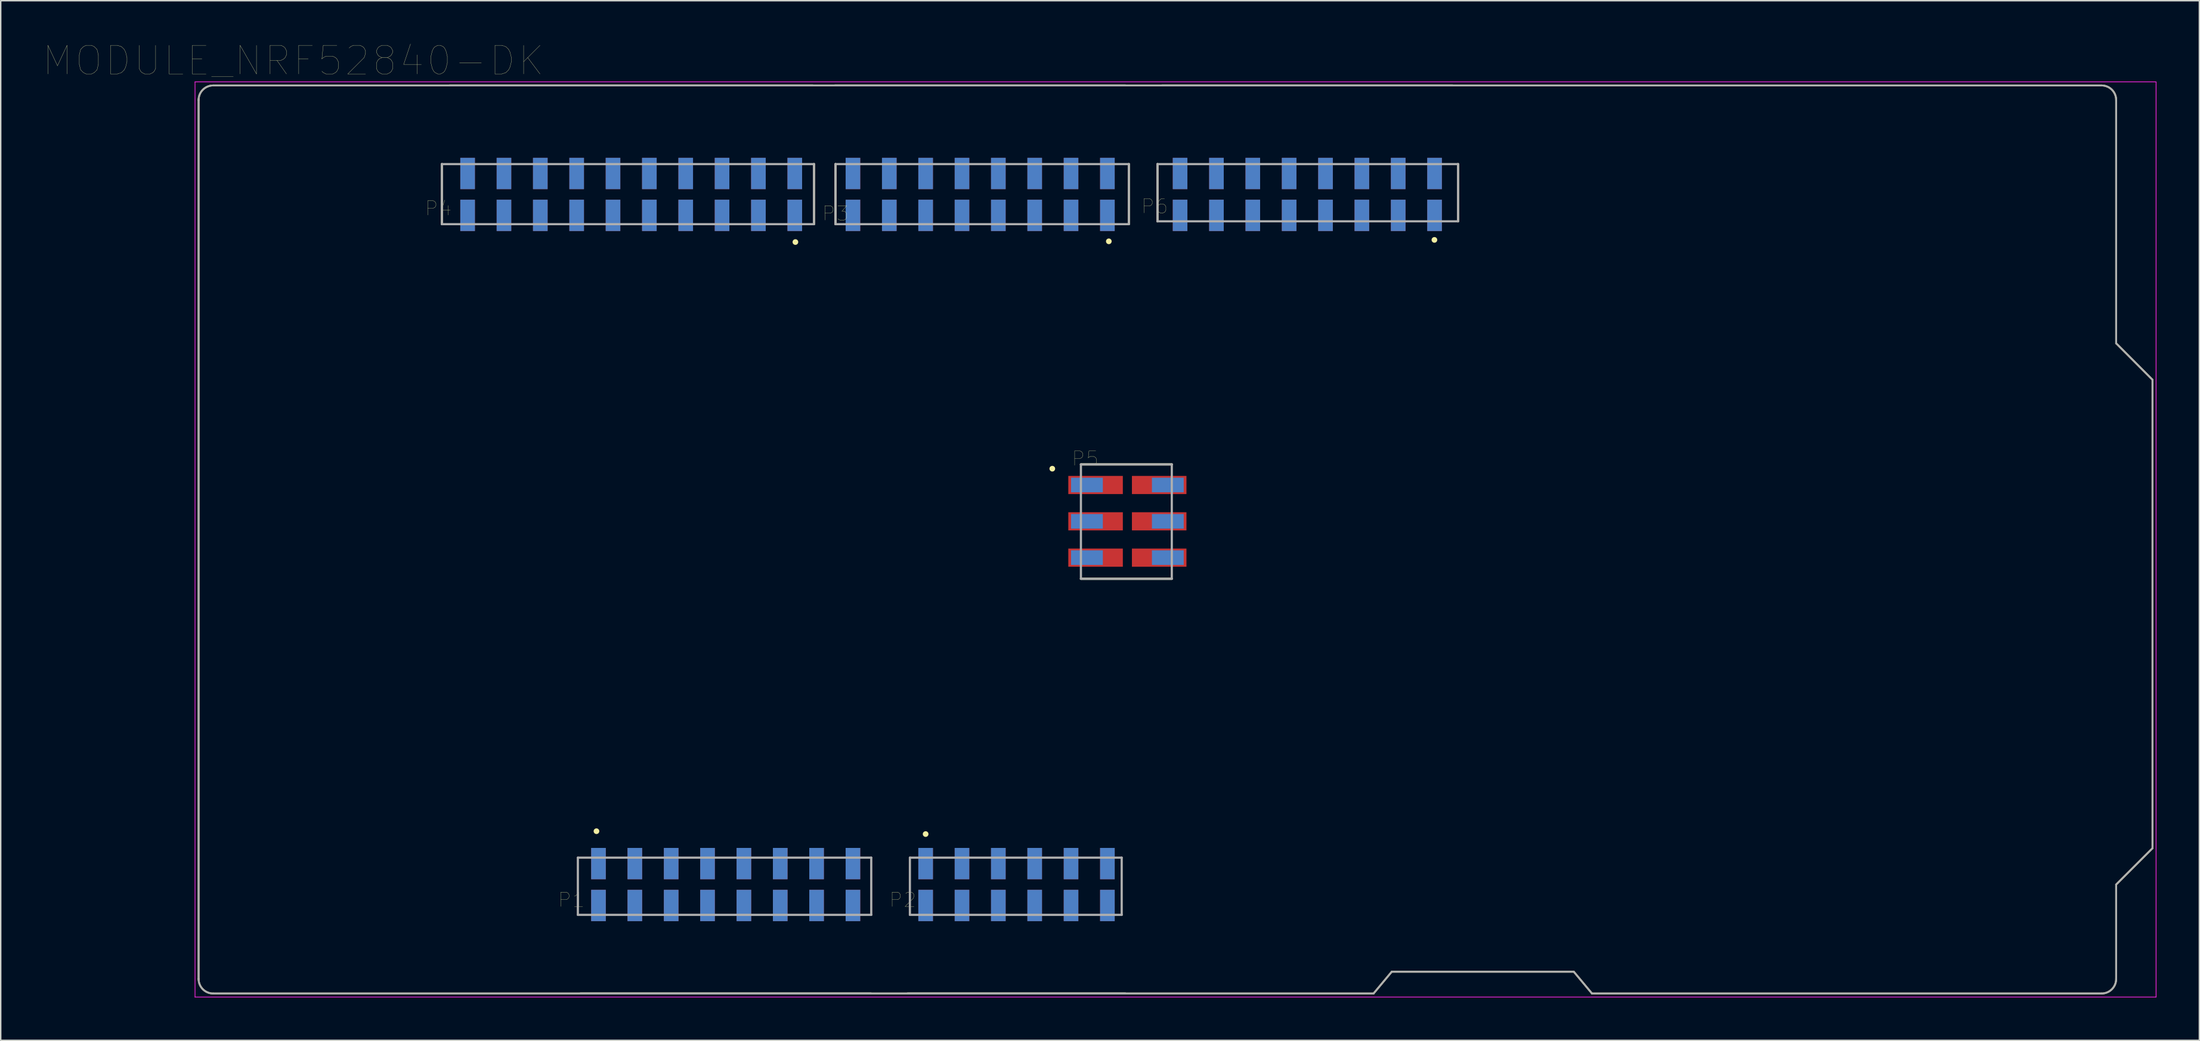
<source format=kicad_pcb>
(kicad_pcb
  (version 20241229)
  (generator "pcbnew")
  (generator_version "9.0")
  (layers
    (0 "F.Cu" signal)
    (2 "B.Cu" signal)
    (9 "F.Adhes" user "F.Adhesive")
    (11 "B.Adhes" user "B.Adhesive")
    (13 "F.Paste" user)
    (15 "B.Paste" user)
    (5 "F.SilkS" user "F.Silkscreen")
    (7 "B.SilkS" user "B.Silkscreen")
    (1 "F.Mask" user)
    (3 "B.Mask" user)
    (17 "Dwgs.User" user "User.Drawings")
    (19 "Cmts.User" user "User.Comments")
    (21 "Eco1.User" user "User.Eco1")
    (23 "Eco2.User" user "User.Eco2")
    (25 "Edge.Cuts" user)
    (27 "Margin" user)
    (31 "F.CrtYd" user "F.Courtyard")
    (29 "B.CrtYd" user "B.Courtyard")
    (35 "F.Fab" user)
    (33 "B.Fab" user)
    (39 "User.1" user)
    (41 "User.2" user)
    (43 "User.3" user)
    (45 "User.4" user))
  (footprint "MODULE_NRF52840-DK"
    (layer "F.Cu")
    (at 10.827 66.426)
    (property "Reference" "MODULE_NRF52840-DK" (at 6.615 -65.23 0) (layer "F.SilkS") (effects (font (size 2 2) (thickness 0.015))))
    (attr through_hole)
    (fp_line (start 0 -1.016) (end 0 -62.484) (stroke (width 0.127) (type solid)) (layer "F.SilkS"))
    (fp_line (start 1.016 -63.5) (end 132.969 -63.5) (stroke (width 0.127) (type solid)) (layer "F.SilkS"))
    (fp_line (start 1.016 0) (end 82.099 0) (stroke (width 0.127) (type solid)) (layer "F.SilkS"))
    (fp_line (start 17 -58) (end 17 -53.8) (stroke (width 0.152) (type solid)) (layer "F.SilkS"))
    (fp_line (start 17.526 -63.5) (end 42.926 -63.5) (stroke (width 0.127) (type solid)) (layer "F.SilkS"))
    (fp_line (start 26.67 0) (end 46.99 0) (stroke (width 0.127) (type solid)) (layer "F.SilkS"))
    (fp_line (start 43 -58) (end 43 -53.8) (stroke (width 0.152) (type solid)) (layer "F.SilkS"))
    (fp_line (start 44.5 -53.8) (end 44.5 -58) (stroke (width 0.152) (type solid)) (layer "F.SilkS"))
    (fp_line (start 49.53 0) (end 64.77 0) (stroke (width 0.127) (type solid)) (layer "F.SilkS"))
    (fp_line (start 61.65 -37) (end 68 -37) (stroke (width 0.152) (type solid)) (layer "F.SilkS"))
    (fp_line (start 61.65 -29) (end 68 -29) (stroke (width 0.152) (type solid)) (layer "F.SilkS"))
    (fp_line (start 64.77 -63.5) (end 44.45 -63.5) (stroke (width 0.127) (type solid)) (layer "F.SilkS"))
    (fp_line (start 65 -58) (end 65 -53.8) (stroke (width 0.152) (type solid)) (layer "F.SilkS"))
    (fp_line (start 67 -58) (end 67 -54) (stroke (width 0.152) (type solid)) (layer "F.SilkS"))
    (fp_line (start 67.31 -63.5) (end 87.63 -63.5) (stroke (width 0.127) (type solid)) (layer "F.SilkS"))
    (fp_line (start 82.099 0) (end 83.369 -1.524) (stroke (width 0.127) (type solid)) (layer "F.SilkS"))
    (fp_line (start 83.369 -1.524) (end 96.09 -1.524) (stroke (width 0.127) (type solid)) (layer "F.SilkS"))
    (fp_line (start 88 -58) (end 88 -54) (stroke (width 0.152) (type solid)) (layer "F.SilkS"))
    (fp_line (start 96.09 -1.524) (end 97.36 0) (stroke (width 0.127) (type solid)) (layer "F.SilkS"))
    (fp_line (start 97.36 0) (end 132.969 0) (stroke (width 0.127) (type solid)) (layer "F.SilkS"))
    (fp_line (start 133.985 -45.47) (end 133.985 -62.484) (stroke (width 0.127) (type solid)) (layer "F.SilkS"))
    (fp_line (start 133.985 -45.47) (end 136.525 -42.92) (stroke (width 0.127) (type solid)) (layer "F.SilkS"))
    (fp_line (start 133.985 -7.62) (end 136.525 -10.16) (stroke (width 0.127) (type solid)) (layer "F.SilkS"))
    (fp_line (start 133.985 -1.016) (end 133.985 -7.62) (stroke (width 0.127) (type solid)) (layer "F.SilkS"))
    (fp_line (start 136.525 -42.92) (end 136.525 -10.16) (stroke (width 0.127) (type solid)) (layer "F.SilkS"))
    (fp_arc (start 0 -62.484) (mid 0.29758 -63.20242) (end 1.016 -63.5) (stroke (width 0.127) (type solid)) (layer "F.SilkS"))
    (fp_arc (start 1.016 0) (mid 0.29758 -0.29758) (end 0 -1.016) (stroke (width 0.127) (type solid)) (layer "F.SilkS"))
    (fp_arc (start 132.969 -63.5) (mid 133.68742 -63.20242) (end 133.985 -62.484) (stroke (width 0.127) (type solid)) (layer "F.SilkS"))
    (fp_arc (start 133.985 -1.016) (mid 133.68742 -0.29758) (end 132.969 0) (stroke (width 0.127) (type solid)) (layer "F.SilkS"))
    (fp_circle (center 27.8 -11.35) (end 27.9 -11.35) (stroke (width 0.2) (type solid)) (fill no) (layer "F.SilkS"))
    (fp_circle (center 41.7 -52.55) (end 41.8 -52.55) (stroke (width 0.2) (type solid)) (fill no) (layer "F.SilkS"))
    (fp_circle (center 50.8 -11.15) (end 50.9 -11.15) (stroke (width 0.2) (type solid)) (fill no) (layer "F.SilkS"))
    (fp_circle (center 59.65 -36.7) (end 59.75 -36.7) (stroke (width 0.2) (type solid)) (fill no) (layer "F.SilkS"))
    (fp_circle (center 63.6 -52.6) (end 63.7 -52.6) (stroke (width 0.2) (type solid)) (fill no) (layer "F.SilkS"))
    (fp_circle (center 86.35 -52.7) (end 86.45 -52.7) (stroke (width 0.2) (type solid)) (fill no) (layer "F.SilkS"))
    (fp_line (start -0.25 -63.75) (end 136.775 -63.75) (stroke (width 0.05) (type solid)) (layer "F.CrtYd"))
    (fp_line (start -0.25 0.25) (end -0.25 -63.75) (stroke (width 0.05) (type solid)) (layer "F.CrtYd"))
    (fp_line (start 136.775 -63.75) (end 136.775 0.25) (stroke (width 0.05) (type solid)) (layer "F.CrtYd"))
    (fp_line (start 136.775 0.25) (end -0.25 0.25) (stroke (width 0.05) (type solid)) (layer "F.CrtYd"))
    (fp_line (start 0 -1.016) (end 0 -62.484) (stroke (width 0.127) (type solid)) (layer "F.Fab"))
    (fp_line (start 1.016 -63.5) (end 132.969 -63.5) (stroke (width 0.127) (type solid)) (layer "F.Fab"))
    (fp_line (start 1.016 0) (end 82.099 0) (stroke (width 0.127) (type solid)) (layer "F.Fab"))
    (fp_line (start 17 -58) (end 17 -53.8) (stroke (width 0.152) (type solid)) (layer "F.Fab"))
    (fp_line (start 17 -53.8) (end 43 -53.8) (stroke (width 0.152) (type solid)) (layer "F.Fab"))
    (fp_line (start 17.526 -63.5) (end 42.926 -63.5) (stroke (width 0.127) (type solid)) (layer "F.Fab"))
    (fp_line (start 26.5 -9.5) (end 47 -9.5) (stroke (width 0.152) (type solid)) (layer "F.Fab"))
    (fp_line (start 26.5 -5.5) (end 26.5 -9.5) (stroke (width 0.152) (type solid)) (layer "F.Fab"))
    (fp_line (start 26.67 0) (end 46.99 0) (stroke (width 0.127) (type solid)) (layer "F.Fab"))
    (fp_line (start 43 -58) (end 17 -58) (stroke (width 0.152) (type solid)) (layer "F.Fab"))
    (fp_line (start 43 -53.8) (end 43 -58) (stroke (width 0.152) (type solid)) (layer "F.Fab"))
    (fp_line (start 44.5 -58) (end 65 -58) (stroke (width 0.152) (type solid)) (layer "F.Fab"))
    (fp_line (start 44.5 -53.8) (end 44.5 -58) (stroke (width 0.152) (type solid)) (layer "F.Fab"))
    (fp_line (start 47 -9.5) (end 47 -5.5) (stroke (width 0.152) (type solid)) (layer "F.Fab"))
    (fp_line (start 47 -5.5) (end 26.5 -5.5) (stroke (width 0.152) (type solid)) (layer "F.Fab"))
    (fp_line (start 49.53 0) (end 64.77 0) (stroke (width 0.127) (type solid)) (layer "F.Fab"))
    (fp_line (start 49.7 -9.5) (end 64.5 -9.5) (stroke (width 0.152) (type solid)) (layer "F.Fab"))
    (fp_line (start 49.7 -5.5) (end 49.7 -9.5) (stroke (width 0.152) (type solid)) (layer "F.Fab"))
    (fp_line (start 61.65 -37) (end 68 -37) (stroke (width 0.152) (type solid)) (layer "F.Fab"))
    (fp_line (start 61.65 -29) (end 61.65 -37) (stroke (width 0.152) (type solid)) (layer "F.Fab"))
    (fp_line (start 64.5 -9.5) (end 64.5 -5.5) (stroke (width 0.152) (type solid)) (layer "F.Fab"))
    (fp_line (start 64.5 -5.5) (end 49.7 -5.5) (stroke (width 0.152) (type solid)) (layer "F.Fab"))
    (fp_line (start 64.77 -63.5) (end 44.45 -63.5) (stroke (width 0.127) (type solid)) (layer "F.Fab"))
    (fp_line (start 65 -58) (end 65 -53.8) (stroke (width 0.152) (type solid)) (layer "F.Fab"))
    (fp_line (start 65 -53.8) (end 44.5 -53.8) (stroke (width 0.152) (type solid)) (layer "F.Fab"))
    (fp_line (start 67 -58) (end 88 -58) (stroke (width 0.152) (type solid)) (layer "F.Fab"))
    (fp_line (start 67 -54) (end 67 -58) (stroke (width 0.152) (type solid)) (layer "F.Fab"))
    (fp_line (start 67.31 -63.5) (end 87.63 -63.5) (stroke (width 0.127) (type solid)) (layer "F.Fab"))
    (fp_line (start 68 -37) (end 68 -29) (stroke (width 0.152) (type solid)) (layer "F.Fab"))
    (fp_line (start 68 -29) (end 61.65 -29) (stroke (width 0.152) (type solid)) (layer "F.Fab"))
    (fp_line (start 82.099 0) (end 83.369 -1.524) (stroke (width 0.127) (type solid)) (layer "F.Fab"))
    (fp_line (start 83.369 -1.524) (end 96.09 -1.524) (stroke (width 0.127) (type solid)) (layer "F.Fab"))
    (fp_line (start 88 -58) (end 88 -54) (stroke (width 0.152) (type solid)) (layer "F.Fab"))
    (fp_line (start 88 -54) (end 67 -54) (stroke (width 0.152) (type solid)) (layer "F.Fab"))
    (fp_line (start 96.09 -1.524) (end 97.36 0) (stroke (width 0.127) (type solid)) (layer "F.Fab"))
    (fp_line (start 97.36 0) (end 132.969 0) (stroke (width 0.127) (type solid)) (layer "F.Fab"))
    (fp_line (start 133.985 -45.47) (end 133.985 -62.484) (stroke (width 0.127) (type solid)) (layer "F.Fab"))
    (fp_line (start 133.985 -45.47) (end 136.525 -42.92) (stroke (width 0.127) (type solid)) (layer "F.Fab"))
    (fp_line (start 133.985 -7.62) (end 136.525 -10.16) (stroke (width 0.127) (type solid)) (layer "F.Fab"))
    (fp_line (start 133.985 -1.016) (end 133.985 -7.62) (stroke (width 0.127) (type solid)) (layer "F.Fab"))
    (fp_line (start 136.525 -42.92) (end 136.525 -10.16) (stroke (width 0.127) (type solid)) (layer "F.Fab"))
    (fp_arc (start 0 -62.484) (mid 0.29758 -63.20242) (end 1.016 -63.5) (stroke (width 0.127) (type solid)) (layer "F.Fab"))
    (fp_arc (start 1.016 0) (mid 0.29758 -0.29758) (end 0 -1.016) (stroke (width 0.127) (type solid)) (layer "F.Fab"))
    (fp_arc (start 132.969 -63.5) (mid 133.68742 -63.20242) (end 133.985 -62.484) (stroke (width 0.127) (type solid)) (layer "F.Fab"))
    (fp_arc (start 133.985 -1.016) (mid 133.68742 -0.29758) (end 132.969 0) (stroke (width 0.127) (type solid)) (layer "F.Fab"))
    (fp_text user "P1" (at 26.05 -6.55 0) (layer "F.SilkS") (effects (font (size 1 1) (thickness 0.015))))
    (fp_text user "P4" (at 16.75 -54.9 0) (layer "F.SilkS") (effects (font (size 1 1) (thickness 0.015))))
    (fp_text user "P3" (at 44.5 -54.55 0) (layer "F.SilkS") (effects (font (size 1 1) (thickness 0.015))))
    (fp_text user "P6" (at 66.8 -55.05 0) (layer "F.SilkS") (effects (font (size 1 1) (thickness 0.015))))
    (fp_text user "P2" (at 49.2 -6.55 0) (layer "F.SilkS") (effects (font (size 1 1) (thickness 0.015))))
    (fp_text user "P5" (at 61.95 -37.4 0) (layer "F.SilkS") (effects (font (size 1 1) (thickness 0.015))))
    (pad "P1_1" smd rect (at 27.94 -9.085) (size 1.02 2.19) (layers "F.Cu" "F.Mask" "F.Paste"))
    (pad "P1_2" smd rect (at 30.48 -9.085) (size 1.02 2.19) (layers "F.Cu" "F.Mask" "F.Paste"))
    (pad "P1_3" smd rect (at 33.02 -9.085) (size 1.02 2.19) (layers "F.Cu" "F.Mask" "F.Paste"))
    (pad "P1_4" smd rect (at 35.56 -9.085) (size 1.02 2.19) (layers "F.Cu" "F.Mask" "F.Paste"))
    (pad "P1_5" smd rect (at 38.1 -9.085) (size 1.02 2.19) (layers "F.Cu" "F.Mask" "F.Paste"))
    (pad "P1_6" smd rect (at 40.64 -9.085) (size 1.02 2.19) (layers "F.Cu" "F.Mask" "F.Paste"))
    (pad "P1_7" smd rect (at 43.18 -9.085) (size 1.02 2.19) (layers "F.Cu" "F.Mask" "F.Paste"))
    (pad "P1_8" smd rect (at 45.72 -9.085) (size 1.02 2.19) (layers "F.Cu" "F.Mask" "F.Paste"))
    (pad "P1_11" smd rect (at 27.94 -6.155) (size 1.02 2.19) (layers "F.Cu" "F.Mask" "F.Paste"))
    (pad "P1_12" smd rect (at 30.48 -6.155) (size 1.02 2.19) (layers "F.Cu" "F.Mask" "F.Paste"))
    (pad "P1_13" smd rect (at 33.02 -6.155) (size 1.02 2.19) (layers "F.Cu" "F.Mask" "F.Paste"))
    (pad "P1_14" smd rect (at 35.56 -6.155) (size 1.02 2.19) (layers "F.Cu" "F.Mask" "F.Paste"))
    (pad "P1_15" smd rect (at 38.1 -6.155) (size 1.02 2.19) (layers "F.Cu" "F.Mask" "F.Paste"))
    (pad "P1_16" smd rect (at 40.64 -6.155) (size 1.02 2.19) (layers "F.Cu" "F.Mask" "F.Paste"))
    (pad "P1_17" smd rect (at 43.18 -6.155) (size 1.02 2.19) (layers "F.Cu" "F.Mask" "F.Paste"))
    (pad "P1_18" smd rect (at 45.72 -6.155) (size 1.02 2.19) (layers "F.Cu" "F.Mask" "F.Paste"))
    (pad "P1_31" smd rect (at 27.94 -6.155) (size 1.02 2.19) (layers "B.Cu" "B.Mask" "B.Paste"))
    (pad "P1_32" smd rect (at 30.48 -6.155) (size 1.02 2.19) (layers "B.Cu" "B.Mask" "B.Paste"))
    (pad "P1_33" smd rect (at 33.02 -6.155) (size 1.02 2.19) (layers "B.Cu" "B.Mask" "B.Paste"))
    (pad "P1_34" smd rect (at 35.56 -6.155) (size 1.02 2.19) (layers "B.Cu" "B.Mask" "B.Paste"))
    (pad "P1_35" smd rect (at 38.1 -6.155) (size 1.02 2.19) (layers "B.Cu" "B.Mask" "B.Paste"))
    (pad "P1_36" smd rect (at 40.64 -6.155) (size 1.02 2.19) (layers "B.Cu" "B.Mask" "B.Paste"))
    (pad "P1_37" smd rect (at 43.18 -6.155) (size 1.02 2.19) (layers "B.Cu" "B.Mask" "B.Paste"))
    (pad "P1_38" smd rect (at 45.72 -6.155) (size 1.02 2.19) (layers "B.Cu" "B.Mask" "B.Paste"))
    (pad "P1_41" smd rect (at 27.94 -9.085) (size 1.02 2.19) (layers "B.Cu" "B.Mask" "B.Paste"))
    (pad "P1_42" smd rect (at 30.48 -9.085) (size 1.02 2.19) (layers "B.Cu" "B.Mask" "B.Paste"))
    (pad "P1_43" smd rect (at 33.02 -9.085) (size 1.02 2.19) (layers "B.Cu" "B.Mask" "B.Paste"))
    (pad "P1_44" smd rect (at 35.56 -9.085) (size 1.02 2.19) (layers "B.Cu" "B.Mask" "B.Paste"))
    (pad "P1_45" smd rect (at 38.1 -9.085) (size 1.02 2.19) (layers "B.Cu" "B.Mask" "B.Paste"))
    (pad "P1_46" smd rect (at 40.64 -9.085) (size 1.02 2.19) (layers "B.Cu" "B.Mask" "B.Paste"))
    (pad "P1_47" smd rect (at 43.18 -9.085) (size 1.02 2.19) (layers "B.Cu" "B.Mask" "B.Paste"))
    (pad "P1_48" smd rect (at 45.72 -9.085) (size 1.02 2.19) (layers "B.Cu" "B.Mask" "B.Paste"))
    (pad "P2_1" smd rect (at 50.8 -9.085) (size 1.02 2.19) (layers "F.Cu" "F.Mask" "F.Paste"))
    (pad "P2_2" smd rect (at 53.34 -9.085) (size 1.02 2.19) (layers "F.Cu" "F.Mask" "F.Paste"))
    (pad "P2_3" smd rect (at 55.88 -9.085) (size 1.02 2.19) (layers "F.Cu" "F.Mask" "F.Paste"))
    (pad "P2_4" smd rect (at 58.42 -9.085) (size 1.02 2.19) (layers "F.Cu" "F.Mask" "F.Paste"))
    (pad "P2_5" smd rect (at 60.96 -9.085) (size 1.02 2.19) (layers "F.Cu" "F.Mask" "F.Paste"))
    (pad "P2_6" smd rect (at 63.5 -9.085) (size 1.02 2.19) (layers "F.Cu" "F.Mask" "F.Paste"))
    (pad "P2_11" smd rect (at 50.8 -6.155) (size 1.02 2.19) (layers "F.Cu" "F.Mask" "F.Paste"))
    (pad "P2_12" smd rect (at 53.34 -6.155) (size 1.02 2.19) (layers "F.Cu" "F.Mask" "F.Paste"))
    (pad "P2_13" smd rect (at 55.88 -6.155) (size 1.02 2.19) (layers "F.Cu" "F.Mask" "F.Paste"))
    (pad "P2_14" smd rect (at 58.42 -6.155) (size 1.02 2.19) (layers "F.Cu" "F.Mask" "F.Paste"))
    (pad "P2_15" smd rect (at 60.96 -6.155) (size 1.02 2.19) (layers "F.Cu" "F.Mask" "F.Paste"))
    (pad "P2_16" smd rect (at 63.5 -6.155) (size 1.02 2.19) (layers "F.Cu" "F.Mask" "F.Paste"))
    (pad "P2_31" smd rect (at 50.8 -6.155) (size 1.02 2.19) (layers "B.Cu" "B.Mask" "B.Paste"))
    (pad "P2_32" smd rect (at 53.34 -6.155) (size 1.02 2.19) (layers "B.Cu" "B.Mask" "B.Paste"))
    (pad "P2_33" smd rect (at 55.88 -6.155) (size 1.02 2.19) (layers "B.Cu" "B.Mask" "B.Paste"))
    (pad "P2_34" smd rect (at 58.42 -6.155) (size 1.02 2.19) (layers "B.Cu" "B.Mask" "B.Paste"))
    (pad "P2_35" smd rect (at 60.96 -6.155) (size 1.02 2.19) (layers "B.Cu" "B.Mask" "B.Paste"))
    (pad "P2_36" smd rect (at 63.5 -6.155) (size 1.02 2.19) (layers "B.Cu" "B.Mask" "B.Paste"))
    (pad "P2_41" smd rect (at 50.8 -9.085) (size 1.02 2.19) (layers "B.Cu" "B.Mask" "B.Paste"))
    (pad "P2_42" smd rect (at 53.34 -9.085) (size 1.02 2.19) (layers "B.Cu" "B.Mask" "B.Paste"))
    (pad "P2_43" smd rect (at 55.88 -9.085) (size 1.02 2.19) (layers "B.Cu" "B.Mask" "B.Paste"))
    (pad "P2_44" smd rect (at 58.42 -9.085) (size 1.02 2.19) (layers "B.Cu" "B.Mask" "B.Paste"))
    (pad "P2_45" smd rect (at 60.96 -9.085) (size 1.02 2.19) (layers "B.Cu" "B.Mask" "B.Paste"))
    (pad "P2_46" smd rect (at 63.5 -9.085) (size 1.02 2.19) (layers "B.Cu" "B.Mask" "B.Paste"))
    (pad "P3_1" smd rect (at 63.5 -54.415) (size 1.02 2.19) (layers "F.Cu" "F.Mask" "F.Paste"))
    (pad "P3_2" smd rect (at 60.96 -54.415) (size 1.02 2.19) (layers "F.Cu" "F.Mask" "F.Paste"))
    (pad "P3_3" smd rect (at 58.42 -54.415) (size 1.02 2.19) (layers "F.Cu" "F.Mask" "F.Paste"))
    (pad "P3_4" smd rect (at 55.88 -54.415) (size 1.02 2.19) (layers "F.Cu" "F.Mask" "F.Paste"))
    (pad "P3_5" smd rect (at 53.34 -54.415) (size 1.02 2.19) (layers "F.Cu" "F.Mask" "F.Paste"))
    (pad "P3_6" smd rect (at 50.8 -54.415) (size 1.02 2.19) (layers "F.Cu" "F.Mask" "F.Paste"))
    (pad "P3_7" smd rect (at 48.26 -54.415) (size 1.02 2.19) (layers "F.Cu" "F.Mask" "F.Paste"))
    (pad "P3_8" smd rect (at 45.72 -54.415) (size 1.02 2.19) (layers "F.Cu" "F.Mask" "F.Paste"))
    (pad "P3_11" smd rect (at 63.5 -57.345) (size 1.02 2.19) (layers "F.Cu" "F.Mask" "F.Paste"))
    (pad "P3_12" smd rect (at 60.96 -57.345) (size 1.02 2.19) (layers "F.Cu" "F.Mask" "F.Paste"))
    (pad "P3_13" smd rect (at 58.42 -57.345) (size 1.02 2.19) (layers "F.Cu" "F.Mask" "F.Paste"))
    (pad "P3_14" smd rect (at 55.88 -57.345) (size 1.02 2.19) (layers "F.Cu" "F.Mask" "F.Paste"))
    (pad "P3_15" smd rect (at 53.34 -57.345) (size 1.02 2.19) (layers "F.Cu" "F.Mask" "F.Paste"))
    (pad "P3_16" smd rect (at 50.8 -57.345) (size 1.02 2.19) (layers "F.Cu" "F.Mask" "F.Paste"))
    (pad "P3_17" smd rect (at 48.26 -57.345) (size 1.02 2.19) (layers "F.Cu" "F.Mask" "F.Paste"))
    (pad "P3_18" smd rect (at 45.72 -57.345) (size 1.02 2.19) (layers "F.Cu" "F.Mask" "F.Paste"))
    (pad "P3_31" smd rect (at 63.5 -54.415) (size 1.02 2.19) (layers "B.Cu" "B.Mask" "B.Paste"))
    (pad "P3_32" smd rect (at 60.96 -54.415) (size 1.02 2.19) (layers "B.Cu" "B.Mask" "B.Paste"))
    (pad "P3_33" smd rect (at 58.42 -54.415) (size 1.02 2.19) (layers "B.Cu" "B.Mask" "B.Paste"))
    (pad "P3_34" smd rect (at 55.88 -54.415) (size 1.02 2.19) (layers "B.Cu" "B.Mask" "B.Paste"))
    (pad "P3_35" smd rect (at 53.34 -54.415) (size 1.02 2.19) (layers "B.Cu" "B.Mask" "B.Paste"))
    (pad "P3_36" smd rect (at 50.8 -54.415) (size 1.02 2.19) (layers "B.Cu" "B.Mask" "B.Paste"))
    (pad "P3_37" smd rect (at 48.26 -54.415) (size 1.02 2.19) (layers "B.Cu" "B.Mask" "B.Paste"))
    (pad "P3_38" smd rect (at 45.72 -54.415) (size 1.02 2.19) (layers "B.Cu" "B.Mask" "B.Paste"))
    (pad "P3_41" smd rect (at 63.5 -57.345) (size 1.02 2.19) (layers "B.Cu" "B.Mask" "B.Paste"))
    (pad "P3_42" smd rect (at 60.96 -57.345) (size 1.02 2.19) (layers "B.Cu" "B.Mask" "B.Paste"))
    (pad "P3_43" smd rect (at 58.42 -57.345) (size 1.02 2.19) (layers "B.Cu" "B.Mask" "B.Paste"))
    (pad "P3_44" smd rect (at 55.88 -57.345) (size 1.02 2.19) (layers "B.Cu" "B.Mask" "B.Paste"))
    (pad "P3_45" smd rect (at 53.34 -57.345) (size 1.02 2.19) (layers "B.Cu" "B.Mask" "B.Paste"))
    (pad "P3_46" smd rect (at 50.8 -57.345) (size 1.02 2.19) (layers "B.Cu" "B.Mask" "B.Paste"))
    (pad "P3_47" smd rect (at 48.26 -57.345) (size 1.02 2.19) (layers "B.Cu" "B.Mask" "B.Paste"))
    (pad "P3_48" smd rect (at 45.72 -57.345) (size 1.02 2.19) (layers "B.Cu" "B.Mask" "B.Paste"))
    (pad "P4_1" smd rect (at 41.656 -54.415) (size 1.02 2.19) (layers "F.Cu" "F.Mask" "F.Paste"))
    (pad "P4_2" smd rect (at 39.116 -54.415) (size 1.02 2.19) (layers "F.Cu" "F.Mask" "F.Paste"))
    (pad "P4_3" smd rect (at 36.576 -54.415) (size 1.02 2.19) (layers "F.Cu" "F.Mask" "F.Paste"))
    (pad "P4_4" smd rect (at 34.036 -54.415) (size 1.02 2.19) (layers "F.Cu" "F.Mask" "F.Paste"))
    (pad "P4_5" smd rect (at 31.496 -54.415) (size 1.02 2.19) (layers "F.Cu" "F.Mask" "F.Paste"))
    (pad "P4_6" smd rect (at 28.956 -54.415) (size 1.02 2.19) (layers "F.Cu" "F.Mask" "F.Paste"))
    (pad "P4_7" smd rect (at 26.416 -54.415) (size 1.02 2.19) (layers "F.Cu" "F.Mask" "F.Paste"))
    (pad "P4_8" smd rect (at 23.876 -54.415) (size 1.02 2.19) (layers "F.Cu" "F.Mask" "F.Paste"))
    (pad "P4_9" smd rect (at 21.336 -54.415) (size 1.02 2.19) (layers "F.Cu" "F.Mask" "F.Paste"))
    (pad "P4_10" smd rect (at 18.796 -54.415) (size 1.02 2.19) (layers "F.Cu" "F.Mask" "F.Paste"))
    (pad "P4_11" smd rect (at 41.656 -57.345) (size 1.02 2.19) (layers "F.Cu" "F.Mask" "F.Paste"))
    (pad "P4_12" smd rect (at 39.116 -57.345) (size 1.02 2.19) (layers "F.Cu" "F.Mask" "F.Paste"))
    (pad "P4_13" smd rect (at 36.576 -57.345) (size 1.02 2.19) (layers "F.Cu" "F.Mask" "F.Paste"))
    (pad "P4_14" smd rect (at 34.036 -57.345) (size 1.02 2.19) (layers "F.Cu" "F.Mask" "F.Paste"))
    (pad "P4_15" smd rect (at 31.496 -57.345) (size 1.02 2.19) (layers "F.Cu" "F.Mask" "F.Paste"))
    (pad "P4_16" smd rect (at 28.956 -57.345) (size 1.02 2.19) (layers "F.Cu" "F.Mask" "F.Paste"))
    (pad "P4_17" smd rect (at 26.416 -57.345) (size 1.02 2.19) (layers "F.Cu" "F.Mask" "F.Paste"))
    (pad "P4_18" smd rect (at 23.876 -57.345) (size 1.02 2.19) (layers "F.Cu" "F.Mask" "F.Paste"))
    (pad "P4_19" smd rect (at 21.336 -57.345) (size 1.02 2.19) (layers "F.Cu" "F.Mask" "F.Paste"))
    (pad "P4_20" smd rect (at 18.796 -57.345) (size 1.02 2.19) (layers "F.Cu" "F.Mask" "F.Paste"))
    (pad "P4_31" smd rect (at 41.656 -54.415) (size 1.02 2.19) (layers "B.Cu" "B.Mask" "B.Paste"))
    (pad "P4_32" smd rect (at 39.116 -54.415) (size 1.02 2.19) (layers "B.Cu" "B.Mask" "B.Paste"))
    (pad "P4_33" smd rect (at 36.576 -54.415) (size 1.02 2.19) (layers "B.Cu" "B.Mask" "B.Paste"))
    (pad "P4_34" smd rect (at 34.036 -54.415) (size 1.02 2.19) (layers "B.Cu" "B.Mask" "B.Paste"))
    (pad "P4_35" smd rect (at 31.496 -54.415) (size 1.02 2.19) (layers "B.Cu" "B.Mask" "B.Paste"))
    (pad "P4_36" smd rect (at 28.956 -54.415) (size 1.02 2.19) (layers "B.Cu" "B.Mask" "B.Paste"))
    (pad "P4_37" smd rect (at 26.416 -54.415) (size 1.02 2.19) (layers "B.Cu" "B.Mask" "B.Paste"))
    (pad "P4_38" smd rect (at 23.876 -54.415) (size 1.02 2.19) (layers "B.Cu" "B.Mask" "B.Paste"))
    (pad "P4_39" smd rect (at 21.336 -54.415) (size 1.02 2.19) (layers "B.Cu" "B.Mask" "B.Paste"))
    (pad "P4_40" smd rect (at 18.796 -54.415) (size 1.02 2.19) (layers "B.Cu" "B.Mask" "B.Paste"))
    (pad "P4_41" smd rect (at 41.656 -57.345) (size 1.02 2.19) (layers "B.Cu" "B.Mask" "B.Paste"))
    (pad "P4_42" smd rect (at 39.116 -57.345) (size 1.02 2.19) (layers "B.Cu" "B.Mask" "B.Paste"))
    (pad "P4_43" smd rect (at 36.576 -57.345) (size 1.02 2.19) (layers "B.Cu" "B.Mask" "B.Paste"))
    (pad "P4_44" smd rect (at 34.036 -57.345) (size 1.02 2.19) (layers "B.Cu" "B.Mask" "B.Paste"))
    (pad "P4_45" smd rect (at 31.496 -57.345) (size 1.02 2.19) (layers "B.Cu" "B.Mask" "B.Paste"))
    (pad "P4_46" smd rect (at 28.956 -57.345) (size 1.02 2.19) (layers "B.Cu" "B.Mask" "B.Paste"))
    (pad "P4_47" smd rect (at 26.416 -57.345) (size 1.02 2.19) (layers "B.Cu" "B.Mask" "B.Paste"))
    (pad "P4_48" smd rect (at 23.876 -57.345) (size 1.02 2.19) (layers "B.Cu" "B.Mask" "B.Paste"))
    (pad "P4_49" smd rect (at 21.336 -57.345) (size 1.02 2.19) (layers "B.Cu" "B.Mask" "B.Paste"))
    (pad "P4_50" smd rect (at 18.796 -57.345) (size 1.02 2.19) (layers "B.Cu" "B.Mask" "B.Paste"))
    (pad "P5_1" smd rect (at 62.674 -35.56) (size 3.81 1.27) (layers "F.Cu" "F.Mask" "F.Paste"))
    (pad "P5_2" smd rect (at 67.119 -35.56) (size 3.81 1.27) (layers "F.Cu" "F.Mask" "F.Paste"))
    (pad "P5_3" smd rect (at 62.674 -33.02) (size 3.81 1.27) (layers "F.Cu" "F.Mask" "F.Paste"))
    (pad "P5_4" smd rect (at 67.119 -33.02) (size 3.81 1.27) (layers "F.Cu" "F.Mask" "F.Paste"))
    (pad "P5_5" smd rect (at 62.674 -30.48) (size 3.81 1.27) (layers "F.Cu" "F.Mask" "F.Paste"))
    (pad "P5_6" smd rect (at 67.119 -30.48) (size 3.81 1.27) (layers "F.Cu" "F.Mask" "F.Paste"))
    (pad "P5_11" smd rect (at 62.072 -35.56) (size 2.22 1.02) (layers "B.Cu" "B.Mask" "B.Paste"))
    (pad "P5_22" smd rect (at 67.722 -35.56) (size 2.22 1.02) (layers "B.Cu" "B.Mask" "B.Paste"))
    (pad "P5_33" smd rect (at 62.072 -33.02) (size 2.22 1.02) (layers "B.Cu" "B.Mask" "B.Paste"))
    (pad "P5_44" smd rect (at 67.722 -33.02) (size 2.22 1.02) (layers "B.Cu" "B.Mask" "B.Paste"))
    (pad "P5_55" smd rect (at 62.072 -30.48) (size 2.22 1.02) (layers "B.Cu" "B.Mask" "B.Paste"))
    (pad "P5_66" smd rect (at 67.722 -30.48) (size 2.22 1.02) (layers "B.Cu" "B.Mask" "B.Paste"))
    (pad "P6_1" smd rect (at 86.36 -54.415) (size 1.02 2.19) (layers "F.Cu" "F.Mask" "F.Paste"))
    (pad "P6_2" smd rect (at 83.82 -54.415) (size 1.02 2.19) (layers "F.Cu" "F.Mask" "F.Paste"))
    (pad "P6_3" smd rect (at 81.28 -54.415) (size 1.02 2.19) (layers "F.Cu" "F.Mask" "F.Paste"))
    (pad "P6_4" smd rect (at 78.74 -54.415) (size 1.02 2.19) (layers "F.Cu" "F.Mask" "F.Paste"))
    (pad "P6_5" smd rect (at 76.2 -54.415) (size 1.02 2.19) (layers "F.Cu" "F.Mask" "F.Paste"))
    (pad "P6_6" smd rect (at 73.66 -54.415) (size 1.02 2.19) (layers "F.Cu" "F.Mask" "F.Paste"))
    (pad "P6_7" smd rect (at 71.12 -54.415) (size 1.02 2.19) (layers "F.Cu" "F.Mask" "F.Paste"))
    (pad "P6_8" smd rect (at 68.58 -54.415) (size 1.02 2.19) (layers "F.Cu" "F.Mask" "F.Paste"))
    (pad "P6_11" smd rect (at 86.36 -57.345) (size 1.02 2.19) (layers "F.Cu" "F.Mask" "F.Paste"))
    (pad "P6_12" smd rect (at 83.82 -57.345) (size 1.02 2.19) (layers "F.Cu" "F.Mask" "F.Paste"))
    (pad "P6_13" smd rect (at 81.28 -57.345) (size 1.02 2.19) (layers "F.Cu" "F.Mask" "F.Paste"))
    (pad "P6_14" smd rect (at 78.74 -57.345) (size 1.02 2.19) (layers "F.Cu" "F.Mask" "F.Paste"))
    (pad "P6_15" smd rect (at 76.2 -57.345) (size 1.02 2.19) (layers "F.Cu" "F.Mask" "F.Paste"))
    (pad "P6_16" smd rect (at 73.66 -57.345) (size 1.02 2.19) (layers "F.Cu" "F.Mask" "F.Paste"))
    (pad "P6_17" smd rect (at 71.12 -57.345) (size 1.02 2.19) (layers "F.Cu" "F.Mask" "F.Paste"))
    (pad "P6_18" smd rect (at 68.58 -57.345) (size 1.02 2.19) (layers "F.Cu" "F.Mask" "F.Paste"))
    (pad "P6_31" smd rect (at 86.36 -54.415) (size 1.02 2.19) (layers "B.Cu" "B.Mask" "B.Paste"))
    (pad "P6_32" smd rect (at 83.82 -54.415) (size 1.02 2.19) (layers "B.Cu" "B.Mask" "B.Paste"))
    (pad "P6_33" smd rect (at 81.28 -54.415) (size 1.02 2.19) (layers "B.Cu" "B.Mask" "B.Paste"))
    (pad "P6_34" smd rect (at 78.74 -54.415) (size 1.02 2.19) (layers "B.Cu" "B.Mask" "B.Paste"))
    (pad "P6_35" smd rect (at 76.2 -54.415) (size 1.02 2.19) (layers "B.Cu" "B.Mask" "B.Paste"))
    (pad "P6_36" smd rect (at 73.66 -54.415) (size 1.02 2.19) (layers "B.Cu" "B.Mask" "B.Paste"))
    (pad "P6_37" smd rect (at 71.12 -54.415) (size 1.02 2.19) (layers "B.Cu" "B.Mask" "B.Paste"))
    (pad "P6_38" smd rect (at 68.58 -54.415) (size 1.02 2.19) (layers "B.Cu" "B.Mask" "B.Paste"))
    (pad "P6_41" smd rect (at 86.36 -57.345) (size 1.02 2.19) (layers "B.Cu" "B.Mask" "B.Paste"))
    (pad "P6_42" smd rect (at 83.82 -57.345) (size 1.02 2.19) (layers "B.Cu" "B.Mask" "B.Paste"))
    (pad "P6_43" smd rect (at 81.28 -57.345) (size 1.02 2.19) (layers "B.Cu" "B.Mask" "B.Paste"))
    (pad "P6_44" smd rect (at 78.74 -57.345) (size 1.02 2.19) (layers "B.Cu" "B.Mask" "B.Paste"))
    (pad "P6_45" smd rect (at 76.2 -57.345) (size 1.02 2.19) (layers "B.Cu" "B.Mask" "B.Paste"))
    (pad "P6_46" smd rect (at 73.66 -57.345) (size 1.02 2.19) (layers "B.Cu" "B.Mask" "B.Paste"))
    (pad "P6_47" smd rect (at 71.12 -57.345) (size 1.02 2.19) (layers "B.Cu" "B.Mask" "B.Paste"))
    (pad "P6_48" smd rect (at 68.58 -57.345) (size 1.02 2.19) (layers "B.Cu" "B.Mask" "B.Paste")))
  (gr_rect
    (start -3 -3)
    (end 150.627 69.701)
    (stroke (width 0.1) (type default))
    (fill no)
    (layer "Edge.Cuts")))
</source>
